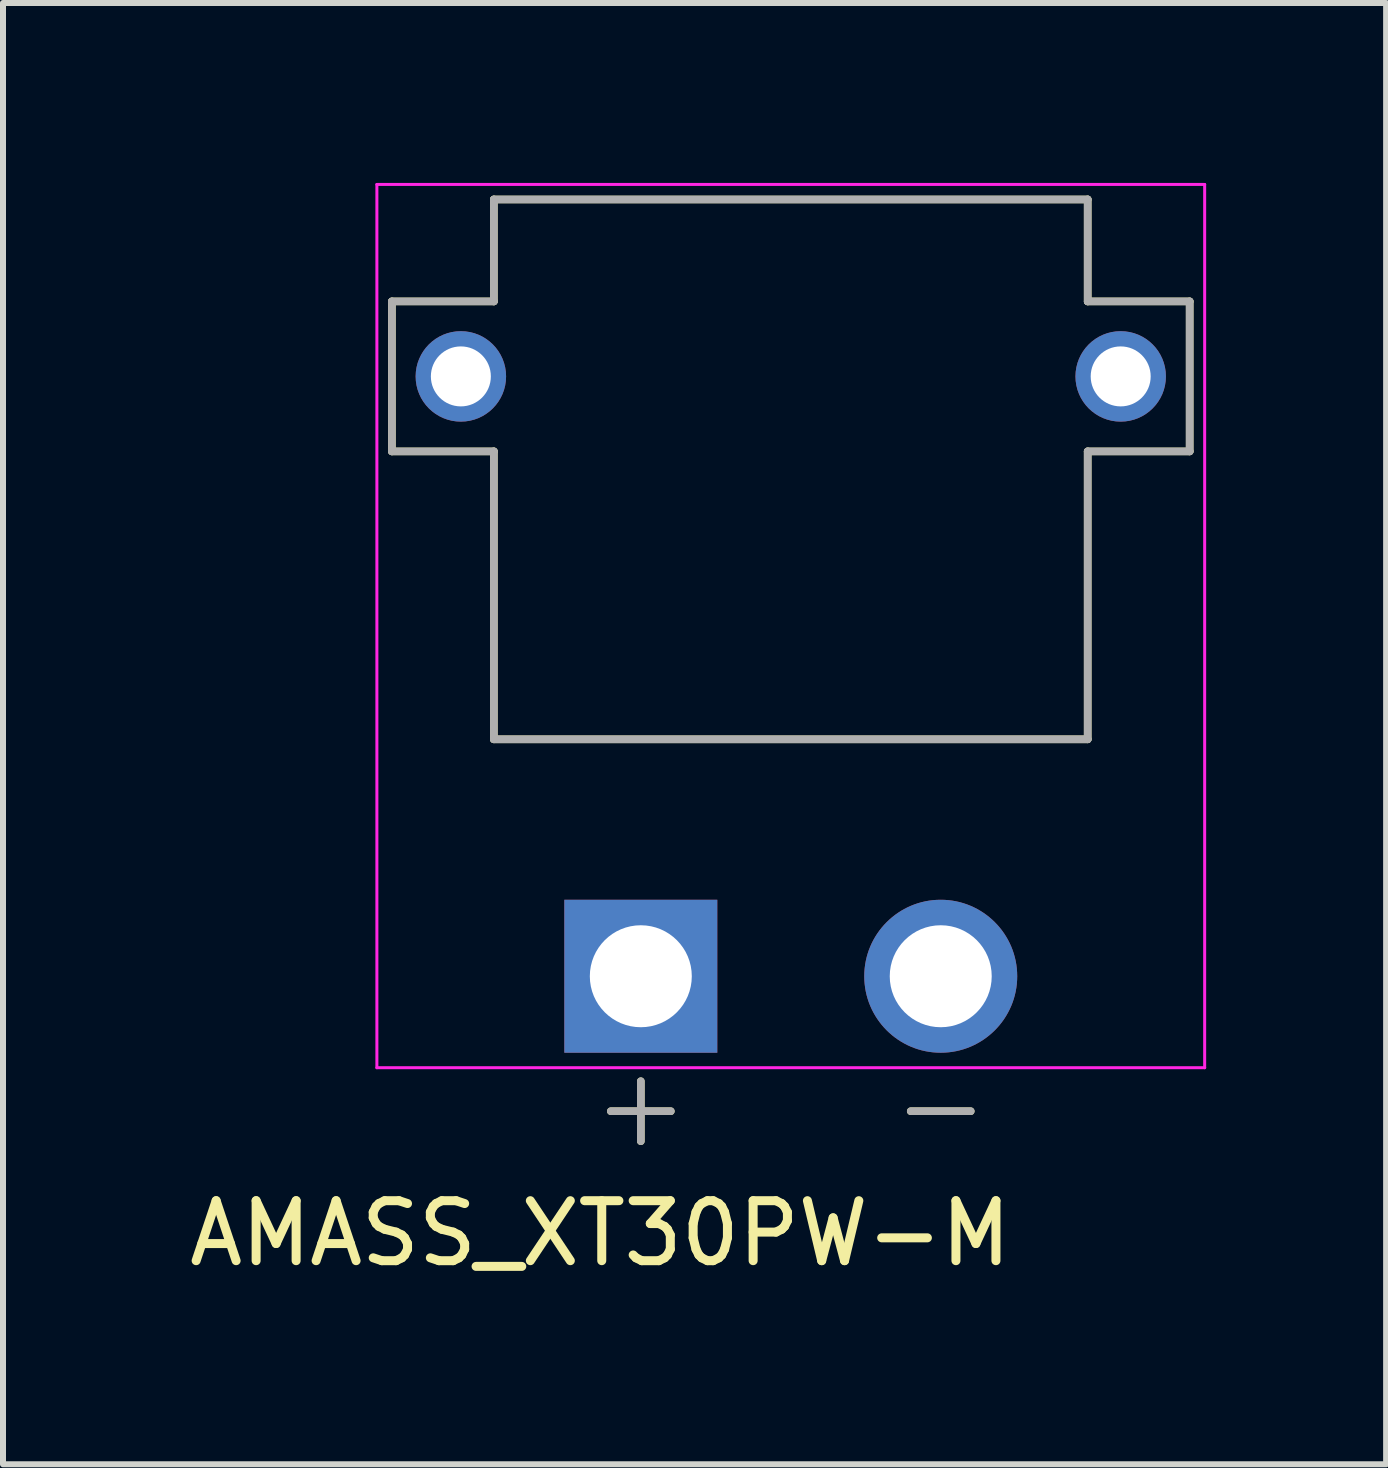
<source format=kicad_pcb>
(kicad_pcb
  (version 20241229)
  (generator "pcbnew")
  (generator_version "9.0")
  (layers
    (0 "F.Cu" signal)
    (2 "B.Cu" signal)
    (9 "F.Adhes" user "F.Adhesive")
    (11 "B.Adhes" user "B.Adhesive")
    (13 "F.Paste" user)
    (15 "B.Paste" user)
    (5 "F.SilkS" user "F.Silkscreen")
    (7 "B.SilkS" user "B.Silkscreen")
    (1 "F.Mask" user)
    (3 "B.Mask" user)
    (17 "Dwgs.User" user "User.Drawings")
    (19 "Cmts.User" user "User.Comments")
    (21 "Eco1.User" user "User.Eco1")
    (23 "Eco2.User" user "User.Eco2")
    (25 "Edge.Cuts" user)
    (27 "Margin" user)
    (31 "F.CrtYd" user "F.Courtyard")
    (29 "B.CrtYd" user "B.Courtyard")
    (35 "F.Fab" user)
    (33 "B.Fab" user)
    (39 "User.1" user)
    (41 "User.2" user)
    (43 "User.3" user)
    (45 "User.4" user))
  (footprint "AMASS_XT30PW-M"
    (layer "F.Cu")
    (at 10.133 3.225)
    (property "Reference" "AMASS_XT30PW-M" (at -3.175 14.287 0) (layer "F.SilkS") (effects (font (size 1 1) (thickness 0.15))))
    (attr through_hole)
    (fp_line (start -6.65 -1.25) (end -4.95 -1.25) (stroke (width 0.127) (type solid)) (layer "F.SilkS"))
    (fp_line (start -6.65 1.25) (end -6.65 -1.25) (stroke (width 0.127) (type solid)) (layer "F.SilkS"))
    (fp_line (start -4.95 -2.95) (end 4.95 -2.95) (stroke (width 0.127) (type solid)) (layer "F.SilkS"))
    (fp_line (start -4.95 -1.25) (end -4.95 -2.95) (stroke (width 0.127) (type solid)) (layer "F.SilkS"))
    (fp_line (start -4.95 1.25) (end -6.65 1.25) (stroke (width 0.127) (type solid)) (layer "F.SilkS"))
    (fp_line (start -4.95 6.05) (end -4.95 1.25) (stroke (width 0.127) (type solid)) (layer "F.SilkS"))
    (fp_line (start -3 12.25) (end -2 12.25) (stroke (width 0.127) (type solid)) (layer "F.SilkS"))
    (fp_line (start -2.5 12.75) (end -2.5 11.75) (stroke (width 0.127) (type solid)) (layer "F.SilkS"))
    (fp_line (start 2 12.25) (end 3 12.25) (stroke (width 0.127) (type solid)) (layer "F.SilkS"))
    (fp_line (start 4.95 -2.95) (end 4.95 -1.25) (stroke (width 0.127) (type solid)) (layer "F.SilkS"))
    (fp_line (start 4.95 -1.25) (end 6.65 -1.25) (stroke (width 0.127) (type solid)) (layer "F.SilkS"))
    (fp_line (start 4.95 1.25) (end 4.95 6.05) (stroke (width 0.127) (type solid)) (layer "F.SilkS"))
    (fp_line (start 4.95 6.05) (end -4.95 6.05) (stroke (width 0.127) (type solid)) (layer "F.SilkS"))
    (fp_line (start 6.65 -1.25) (end 6.65 1.25) (stroke (width 0.127) (type solid)) (layer "F.SilkS"))
    (fp_line (start 6.65 1.25) (end 4.95 1.25) (stroke (width 0.127) (type solid)) (layer "F.SilkS"))
    (fp_line (start -6.9 -3.2) (end -6.9 11.525) (stroke (width 0.05) (type solid)) (layer "F.CrtYd"))
    (fp_line (start -6.9 11.525) (end 6.9 11.525) (stroke (width 0.05) (type solid)) (layer "F.CrtYd"))
    (fp_line (start 6.9 -3.2) (end -6.9 -3.2) (stroke (width 0.05) (type solid)) (layer "F.CrtYd"))
    (fp_line (start 6.9 11.525) (end 6.9 -3.2) (stroke (width 0.05) (type solid)) (layer "F.CrtYd"))
    (fp_line (start -6.65 -1.25) (end -4.95 -1.25) (stroke (width 0.127) (type solid)) (layer "F.Fab"))
    (fp_line (start -6.65 1.25) (end -6.65 -1.25) (stroke (width 0.127) (type solid)) (layer "F.Fab"))
    (fp_line (start -4.95 -2.95) (end 4.95 -2.95) (stroke (width 0.127) (type solid)) (layer "F.Fab"))
    (fp_line (start -4.95 -1.25) (end -4.95 -2.95) (stroke (width 0.127) (type solid)) (layer "F.Fab"))
    (fp_line (start -4.95 1.25) (end -6.65 1.25) (stroke (width 0.127) (type solid)) (layer "F.Fab"))
    (fp_line (start -4.95 6.05) (end -4.95 1.25) (stroke (width 0.127) (type solid)) (layer "F.Fab"))
    (fp_line (start -3 12.25) (end -2 12.25) (stroke (width 0.127) (type solid)) (layer "F.Fab"))
    (fp_line (start -2.5 12.75) (end -2.5 11.75) (stroke (width 0.127) (type solid)) (layer "F.Fab"))
    (fp_line (start 2 12.25) (end 3 12.25) (stroke (width 0.127) (type solid)) (layer "F.Fab"))
    (fp_line (start 4.95 -2.95) (end 4.95 -1.25) (stroke (width 0.127) (type solid)) (layer "F.Fab"))
    (fp_line (start 4.95 -1.25) (end 6.65 -1.25) (stroke (width 0.127) (type solid)) (layer "F.Fab"))
    (fp_line (start 4.95 1.25) (end 4.95 6.05) (stroke (width 0.127) (type solid)) (layer "F.Fab"))
    (fp_line (start 4.95 6.05) (end -4.95 6.05) (stroke (width 0.127) (type solid)) (layer "F.Fab"))
    (fp_line (start 6.65 -1.25) (end 6.65 1.25) (stroke (width 0.127) (type solid)) (layer "F.Fab"))
    (fp_line (start 6.65 1.25) (end 4.95 1.25) (stroke (width 0.127) (type solid)) (layer "F.Fab"))
    (pad "N" thru_hole circle (at 2.5 10) (size 2.55 2.55) (drill 1.7) (layers "*.Cu" "*.Mask"))
    (pad "P" thru_hole rect (at -2.5 10) (size 2.55 2.55) (drill 1.7) (layers "*.Cu" "*.Mask"))
    (pad "S1" thru_hole circle (at 5.5 0) (size 1.508 1.508) (drill 1) (layers "*.Cu" "*.Mask"))
    (pad "S2" thru_hole circle (at -5.5 0) (size 1.508 1.508) (drill 1) (layers "*.Cu" "*.Mask")))
  (gr_rect
    (start -3 -3)
    (end 20.058 21.361)
    (stroke (width 0.1) (type default))
    (fill no)
    (layer "Edge.Cuts")))
</source>
